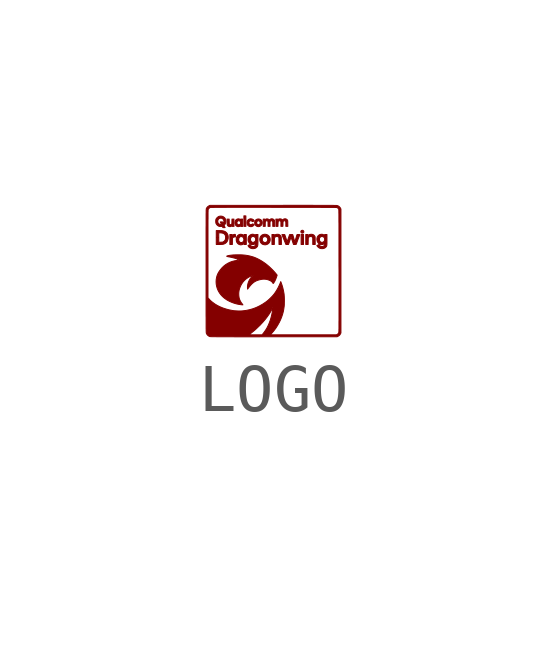
<source format=kicad_sym>
(kicad_symbol_lib
  (version 20220914)
  (generator "bitmap2component")
  (generator_version "9.0")
  (symbol "LOGO"
    (pin_names
      (offset 1.016))
    (property "Reference" "#G"
      (at 0 0.865 0)
      (effects (font (size 1.27 1.27)) hide))
    (symbol "LOGO_0_0"
      (polyline (pts (xy -0.198 -1.326) (xy -0.097 -1.326) (xy 0.009 -1.326) (xy 1.329 -1.326) (xy 1.348 -1.316) (xy 1.369 -1.303) (xy 1.387 -1.285) (xy 1.4 -1.263) (xy 1.408 -1.247) (xy 1.408 0.047) (xy 1.408 1.341) (xy 1.401 1.354) (xy 1.401 1.356) (xy 1.392 1.37) (xy 1.38 1.384) (xy 1.367 1.396) (xy 1.353 1.405) (xy 1.346 1.408) (xy 1.334 1.412) (xy 1.321 1.415) (xy 1.319 1.415) (xy 1.312 1.416) (xy 1.301 1.416) (xy 1.286 1.416) (xy 1.267 1.416) (xy 1.243 1.417) (xy 1.215 1.417) (xy 1.183 1.417) (xy 1.146 1.417) (xy 1.104 1.417) (xy 1.058 1.417) (xy 1.006 1.417) (xy 0.95 1.417) (xy 0.889 1.417) (xy 0.823 1.418) (xy 0.752 1.418) (xy 0.675 1.418) (xy 0.593 1.418) (xy 0.506 1.418) (xy 0.413 1.418) (xy 0.315 1.418) (xy 0.211 1.418) (xy 0.102 1.417) (xy -0.013 1.417) (xy -1.329 1.417) (xy -1.347 1.408) (xy -1.349 1.407) (xy -1.366 1.396) (xy -1.382 1.382) (xy -1.394 1.366) (xy -1.402 1.35) (xy -1.403 1.35) (xy -1.403 1.349) (xy -1.403 1.347) (xy -1.404 1.345) (xy -1.404 1.342) (xy -1.404 1.338) (xy -1.405 1.334) (xy -1.405 1.328) (xy -1.405 1.321) (xy -1.406 1.313) (xy -1.406 1.303) (xy -1.406 1.291) (xy -1.406 1.277) (xy -1.406 1.261) (xy -1.407 1.243) (xy -1.407 1.222) (xy -1.407 1.199) (xy -1.407 1.173) (xy -1.407 1.144) (xy -1.407 1.112) (xy -1.407 1.077) (xy -1.407 1.039) (xy -1.407 0.996) (xy -1.408 0.951) (xy -1.408 0.901) (xy -1.408 0.847) (xy -1.408 0.789) (xy -1.408 0.726) (xy -1.408 0.659) (xy -1.408 0.587) (xy -1.408 0.511) (xy -1.408 0.429) (xy -1.408 0.342) (xy -1.408 0.25) (xy -1.408 0.152) (xy -1.408 0.048) (xy -1.408 -0.028) (xy -1.408 -0.127) (xy -1.408 -0.221) (xy -1.408 -0.309) (xy -1.408 -0.392) (xy -1.408 -0.47) (xy -1.408 -0.513) (xy -1.368 -0.513) (xy -1.368 0.402) (xy -1.368 0.463) (xy -1.368 0.55) (xy -1.368 0.632) (xy -1.368 0.708) (xy -1.368 0.779) (xy -1.368 0.845) (xy -1.368 0.905) (xy -1.368 0.961) (xy -1.368 1.012) (xy -1.368 1.059) (xy -1.368 1.102) (xy -1.367 1.14) (xy -1.367 1.174) (xy -1.367 1.204) (xy -1.367 1.231) (xy -1.367 1.254) (xy -1.367 1.274) (xy -1.366 1.29) (xy -1.366 1.303) (xy -1.366 1.314) (xy -1.365 1.321) (xy -1.365 1.326) (xy -1.365 1.328) (xy -1.362 1.335) (xy -1.354 1.347) (xy -1.343 1.359) (xy -1.331 1.368) (xy -1.319 1.374) (xy -1.317 1.374) (xy -1.314 1.374) (xy -1.308 1.374) (xy -1.3 1.375) (xy -1.288 1.375) (xy -1.275 1.375) (xy -1.258 1.375) (xy -1.238 1.375) (xy -1.215 1.376) (xy -1.189 1.376) (xy -1.159 1.376) (xy -1.125 1.376) (xy -1.088 1.376) (xy -1.047 1.376) (xy -1.002 1.376) (xy -0.953 1.377) (xy -0.9 1.377) (xy -0.842 1.377) (xy -0.78 1.377) (xy -0.713 1.377) (xy -0.641 1.377) (xy -0.565 1.377) (xy -0.483 1.377) (xy -0.396 1.377) (xy -0.304 1.377) (xy -0.206 1.377) (xy -0.103 1.377) (xy 0.006 1.376) (xy 0.087 1.376) (xy 0.188 1.376) (xy 0.282 1.376) (xy 0.371 1.376) (xy 0.455 1.376) (xy 0.534 1.376) (xy 0.608 1.376) (xy 0.676 1.376) (xy 0.741 1.376) (xy 0.801 1.376) (xy 0.857 1.376) (xy 0.908 1.376) (xy 0.956 1.376) (xy 1 1.375) (xy 1.04 1.375) (xy 1.076 1.375) (xy 1.11 1.375) (xy 1.14 1.375) (xy 1.167 1.375) (xy 1.192 1.375) (xy 1.213 1.375) (xy 1.233 1.374) (xy 1.25 1.374) (xy 1.264 1.374) (xy 1.277 1.374) (xy 1.288 1.373) (xy 1.297 1.373) (xy 1.304 1.373) (xy 1.31 1.373) (xy 1.315 1.372) (xy 1.319 1.372) (xy 1.322 1.372) (xy 1.324 1.371) (xy 1.326 1.371) (xy 1.327 1.371) (xy 1.328 1.37) (xy 1.337 1.365) (xy 1.351 1.353) (xy 1.362 1.338) (xy 1.362 1.337) (xy 1.363 1.336) (xy 1.363 1.334) (xy 1.363 1.331) (xy 1.364 1.327) (xy 1.364 1.322) (xy 1.364 1.315) (xy 1.365 1.308) (xy 1.365 1.298) (xy 1.365 1.287) (xy 1.365 1.274) (xy 1.365 1.258) (xy 1.366 1.24) (xy 1.366 1.22) (xy 1.366 1.198) (xy 1.366 1.172) (xy 1.366 1.144) (xy 1.366 1.112) (xy 1.366 1.078) (xy 1.367 1.039) (xy 1.367 0.998) (xy 1.367 0.952) (xy 1.367 0.903) (xy 1.367 0.849) (xy 1.367 0.791) (xy 1.367 0.729) (xy 1.367 0.662) (xy 1.367 0.591) (xy 1.367 0.515) (xy 1.367 0.433) (xy 1.367 0.347) (xy 1.367 0.255) (xy 1.367 0.157) (xy 1.368 0.054) (xy 1.368 -0.046) (xy 1.368 -0.145) (xy 1.368 -0.237) (xy 1.368 -0.325) (xy 1.368 -0.407) (xy 1.368 -0.484) (xy 1.368 -0.556) (xy 1.368 -0.624) (xy 1.368 -0.686) (xy 1.368 -0.745) (xy 1.368 -0.799) (xy 1.368 -0.849) (xy 1.368 -0.895) (xy 1.368 -0.938) (xy 1.368 -0.976) (xy 1.367 -1.012) (xy 1.367 -1.043) (xy 1.367 -1.072) (xy 1.367 -1.098) (xy 1.367 -1.121) (xy 1.367 -1.141) (xy 1.367 -1.159) (xy 1.366 -1.175) (xy 1.366 -1.188) (xy 1.366 -1.199) (xy 1.366 -1.209) (xy 1.365 -1.217) (xy 1.365 -1.223) (xy 1.365 -1.228) (xy 1.365 -1.231) (xy 1.364 -1.234) (xy 1.364 -1.236) (xy 1.356 -1.253) (xy 1.344 -1.267) (xy 1.327 -1.279) (xy 1.312 -1.286) (xy 0.622 -1.286) (xy -0.068 -1.286) (xy -0.044 -1.261) (xy -0.037 -1.254) (xy 0.006 -1.204) (xy 0.048 -1.148) (xy 0.086 -1.088) (xy 0.122 -1.024) (xy 0.146 -0.974) (xy 0.171 -0.913) (xy 0.191 -0.852) (xy 0.207 -0.792) (xy 0.217 -0.734) (xy 0.217 -0.729) (xy 0.219 -0.717) (xy 0.221 -0.706) (xy 0.222 -0.7) (xy 0.223 -0.688) (xy 0.225 -0.669) (xy 0.226 -0.646) (xy 0.226 -0.62) (xy 0.227 -0.593) (xy 0.227 -0.564) (xy 0.227 -0.536) (xy 0.226 -0.509) (xy 0.225 -0.484) (xy 0.223 -0.463) (xy 0.222 -0.445) (xy 0.22 -0.429) (xy 0.209 -0.368) (xy 0.195 -0.307) (xy 0.178 -0.248) (xy 0.158 -0.192) (xy 0.151 -0.175) (xy 0.139 -0.208) (xy 0.121 -0.25) (xy 0.097 -0.3) (xy 0.069 -0.35) (xy 0.04 -0.396) (xy 0.009 -0.439) (xy -0.003 -0.453) (xy -0.021 -0.474) (xy -0.042 -0.496) (xy -0.065 -0.519) (xy -0.088 -0.541) (xy -0.11 -0.561) (xy -0.129 -0.577) (xy -0.166 -0.605) (xy -0.229 -0.647) (xy -0.293 -0.683) (xy -0.36 -0.715) (xy -0.429 -0.741) (xy -0.499 -0.761) (xy -0.57 -0.776) (xy -0.642 -0.785) (xy -0.664 -0.787) (xy -0.693 -0.788) (xy -0.725 -0.788) (xy -0.757 -0.787) (xy -0.789 -0.785) (xy -0.819 -0.783) (xy -0.844 -0.78) (xy -0.861 -0.777) (xy -0.928 -0.764) (xy -0.994 -0.746) (xy -1.058 -0.725) (xy -1.118 -0.7) (xy -1.174 -0.672) (xy -1.227 -0.64) (xy -1.274 -0.605) (xy -1.281 -0.6) (xy -1.295 -0.588) (xy -1.307 -0.578) (xy -1.319 -0.567) (xy -1.331 -0.554) (xy -1.345 -0.538) (xy -1.368 -0.513) (xy -1.408 -0.513) (xy -1.408 -0.543) (xy -1.408 -0.611) (xy -1.408 -0.675) (xy -1.408 -0.734) (xy -1.408 -0.789) (xy -1.408 -0.84) (xy -1.408 -0.887) (xy -1.407 -0.93) (xy -1.407 -0.97) (xy -1.407 -1.006) (xy -1.407 -1.038) (xy -1.407 -1.068) (xy -1.407 -1.095) (xy -1.407 -1.119) (xy -1.407 -1.14) (xy -1.407 -1.159) (xy -1.406 -1.175) (xy -1.406 -1.189) (xy -1.406 -1.202) (xy -1.406 -1.212) (xy -1.405 -1.221) (xy -1.405 -1.228) (xy -1.405 -1.234) (xy -1.405 -1.239) (xy -1.404 -1.243) (xy -1.404 -1.246) (xy -1.403 -1.249) (xy -1.403 -1.25) (xy -1.403 -1.252) (xy -1.402 -1.253) (xy -1.397 -1.264) (xy -1.385 -1.284) (xy -1.382 -1.286) (xy -0.513 -1.286) (xy -0.484 -1.264) (xy -0.446 -1.233) (xy -0.41 -1.204) (xy -0.377 -1.176) (xy -0.345 -1.146) (xy -0.313 -1.115) (xy -0.278 -1.082) (xy -0.269 -1.072) (xy -0.219 -1.018) (xy -0.172 -0.963) (xy -0.129 -0.907) (xy -0.089 -0.85) (xy -0.055 -0.794) (xy -0.026 -0.74) (xy -0.024 -0.736) (xy -0.018 -0.724) (xy -0.013 -0.716) (xy -0.011 -0.712) (xy -0.01 -0.712) (xy -0.011 -0.717) (xy -0.012 -0.727) (xy -0.014 -0.74) (xy -0.016 -0.754) (xy -0.021 -0.784) (xy -0.033 -0.85) (xy -0.048 -0.914) (xy -0.066 -0.976) (xy -0.087 -1.034) (xy -0.11 -1.088) (xy -0.135 -1.138) (xy -0.146 -1.157) (xy -0.162 -1.183) (xy -0.18 -1.209) (xy -0.198 -1.234) (xy -0.215 -1.257) (xy -0.23 -1.275) (xy -0.24 -1.286) (xy -0.377 -1.286) (xy -0.513 -1.286) (xy -1.382 -1.286) (xy -1.368 -1.301) (xy -1.348 -1.314) (xy -1.327 -1.323) (xy -1.326 -1.323) (xy -1.324 -1.323) (xy -1.32 -1.323) (xy -1.315 -1.324) (xy -1.309 -1.324) (xy -1.3 -1.324) (xy -1.29 -1.325) (xy -1.278 -1.325) (xy -1.264 -1.325) (xy -1.248 -1.325) (xy -1.229 -1.325) (xy -1.207 -1.325) (xy -1.183 -1.326) (xy -1.156 -1.326) (xy -1.125 -1.326) (xy -1.092 -1.326) (xy -1.055 -1.326) (xy -1.015 -1.326) (xy -0.971 -1.326) (xy -0.923 -1.326) (xy -0.871 -1.326) (xy -0.815 -1.327) (xy -0.754 -1.327) (xy -0.689 -1.327) (xy -0.62 -1.327) (xy -0.546 -1.327) (xy -0.467 -1.327) (xy -0.382 -1.327) (xy -0.293 -1.327) (xy -0.198 -1.326)) (stroke (width 0.01) (type default)) (fill (type outline)))
      (polyline (pts (xy -0.64 -0.658) (xy -0.644 -0.653) (xy -0.649 -0.645) (xy -0.673 -0.614) (xy -0.694 -0.578) (xy -0.71 -0.542) (xy -0.72 -0.503) (xy -0.725 -0.463) (xy -0.726 -0.421) (xy -0.725 -0.405) (xy -0.723 -0.388) (xy -0.721 -0.372) (xy -0.719 -0.36) (xy -0.709 -0.32) (xy -0.691 -0.274) (xy -0.669 -0.23) (xy -0.642 -0.19) (xy -0.611 -0.154) (xy -0.575 -0.121) (xy -0.536 -0.093) (xy -0.493 -0.069) (xy -0.447 -0.05) (xy -0.436 -0.046) (xy -0.425 -0.043) (xy -0.419 -0.042) (xy -0.419 -0.043) (xy -0.422 -0.046) (xy -0.43 -0.051) (xy -0.431 -0.052) (xy -0.446 -0.065) (xy -0.461 -0.081) (xy -0.477 -0.101) (xy -0.492 -0.122) (xy -0.505 -0.145) (xy -0.516 -0.167) (xy -0.521 -0.18) (xy -0.531 -0.207) (xy -0.538 -0.236) (xy -0.542 -0.264) (xy -0.544 -0.289) (xy -0.543 -0.312) (xy -0.541 -0.332) (xy -0.522 -0.306) (xy -0.518 -0.301) (xy -0.488 -0.263) (xy -0.459 -0.23) (xy -0.429 -0.203) (xy -0.4 -0.181) (xy -0.37 -0.164) (xy -0.34 -0.151) (xy -0.306 -0.14) (xy -0.262 -0.13) (xy -0.221 -0.124) (xy -0.183 -0.124) (xy -0.146 -0.128) (xy -0.111 -0.137) (xy -0.078 -0.151) (xy -0.069 -0.155) (xy -0.052 -0.165) (xy -0.038 -0.175) (xy -0.027 -0.186) (xy -0.018 -0.2) (xy -0.012 -0.207) (xy -0.008 -0.212) (xy -0.005 -0.213) (xy -0.001 -0.21) (xy 0.005 -0.203) (xy 0.012 -0.19) (xy 0.014 -0.188) (xy 0.024 -0.172) (xy 0.032 -0.156) (xy 0.04 -0.139) (xy 0.048 -0.121) (xy 0.056 -0.099) (xy 0.065 -0.073) (xy 0.076 -0.04) (xy 0.068 -0.029) (xy 0.066 -0.027) (xy 0.04 0.005) (xy 0.01 0.039) (xy -0.022 0.073) (xy -0.056 0.106) (xy -0.091 0.139) (xy -0.125 0.168) (xy -0.157 0.194) (xy -0.206 0.229) (xy -0.261 0.264) (xy -0.315 0.294) (xy -0.368 0.319) (xy -0.422 0.34) (xy -0.476 0.355) (xy -0.507 0.363) (xy -0.543 0.37) (xy -0.579 0.376) (xy -0.616 0.38) (xy -0.653 0.383) (xy -0.694 0.385) (xy -0.74 0.385) (xy -0.756 0.385) (xy -0.789 0.384) (xy -0.818 0.383) (xy -0.845 0.382) (xy -0.87 0.379) (xy -0.896 0.376) (xy -0.924 0.372) (xy -0.925 0.372) (xy -0.939 0.369) (xy -0.953 0.366) (xy -0.964 0.362) (xy -0.973 0.359) (xy -0.977 0.356) (xy -0.977 0.354) (xy -0.976 0.354) (xy -0.97 0.351) (xy -0.961 0.348) (xy -0.949 0.345) (xy -0.937 0.343) (xy -0.927 0.341) (xy -0.919 0.34) (xy -0.903 0.337) (xy -0.884 0.333) (xy -0.863 0.328) (xy -0.842 0.323) (xy -0.823 0.318) (xy -0.806 0.314) (xy -0.794 0.31) (xy -0.778 0.304) (xy -0.761 0.297) (xy -0.746 0.289) (xy -0.734 0.283) (xy -0.726 0.277) (xy -0.724 0.273) (xy -0.725 0.272) (xy -0.73 0.271) (xy -0.739 0.27) (xy -0.751 0.268) (xy -0.765 0.267) (xy -0.815 0.259) (xy -0.865 0.246) (xy -0.913 0.228) (xy -0.959 0.205) (xy -1.002 0.178) (xy -1.041 0.147) (xy -1.076 0.113) (xy -1.089 0.098) (xy -1.119 0.06) (xy -1.145 0.022) (xy -1.165 -0.016) (xy -1.18 -0.054) (xy -1.19 -0.094) (xy -1.197 -0.135) (xy -1.199 -0.178) (xy -1.199 -0.179) (xy -1.196 -0.228) (xy -1.187 -0.276) (xy -1.173 -0.322) (xy -1.154 -0.366) (xy -1.129 -0.409) (xy -1.1 -0.448) (xy -1.065 -0.486) (xy -1.026 -0.52) (xy -0.981 -0.552) (xy -0.968 -0.56) (xy -0.924 -0.584) (xy -0.877 -0.605) (xy -0.827 -0.624) (xy -0.776 -0.639) (xy -0.726 -0.65) (xy -0.676 -0.657) (xy -0.675 -0.657) (xy -0.661 -0.659) (xy -0.65 -0.66) (xy -0.642 -0.66) (xy -0.639 -0.66) (xy -0.64 -0.658)) (stroke (width 0.01) (type default)) (fill (type outline)))
      (polyline (pts (xy -0.409 0.515) (xy -0.385 0.52) (xy -0.365 0.53) (xy -0.348 0.545) (xy -0.347 0.546) (xy -0.342 0.552) (xy -0.337 0.558) (xy -0.334 0.564) (xy -0.331 0.571) (xy -0.329 0.58) (xy -0.328 0.591) (xy -0.326 0.604) (xy -0.326 0.621) (xy -0.325 0.642) (xy -0.325 0.668) (xy -0.325 0.699) (xy -0.325 0.809) (xy -0.349 0.809) (xy -0.372 0.809) (xy -0.372 0.797) (xy -0.372 0.784) (xy -0.385 0.796) (xy -0.391 0.801) (xy -0.408 0.81) (xy -0.427 0.814) (xy -0.447 0.814) (xy -0.467 0.809) (xy -0.485 0.8) (xy -0.502 0.787) (xy -0.51 0.779) (xy -0.52 0.765) (xy -0.527 0.749) (xy -0.53 0.73) (xy -0.531 0.715) (xy -0.48 0.715) (xy -0.476 0.733) (xy -0.476 0.734) (xy -0.468 0.748) (xy -0.457 0.759) (xy -0.444 0.765) (xy -0.429 0.768) (xy -0.414 0.766) (xy -0.4 0.76) (xy -0.388 0.751) (xy -0.378 0.737) (xy -0.373 0.721) (xy -0.372 0.703) (xy -0.375 0.685) (xy -0.383 0.67) (xy -0.386 0.667) (xy -0.394 0.658) (xy -0.403 0.651) (xy -0.417 0.646) (xy -0.432 0.645) (xy -0.446 0.648) (xy -0.458 0.656) (xy -0.468 0.667) (xy -0.476 0.681) (xy -0.48 0.697) (xy -0.48 0.715) (xy -0.531 0.715) (xy -0.532 0.707) (xy -0.532 0.704) (xy -0.531 0.692) (xy -0.531 0.682) (xy -0.529 0.674) (xy -0.526 0.666) (xy -0.521 0.655) (xy -0.518 0.651) (xy -0.506 0.632) (xy -0.491 0.617) (xy -0.472 0.606) (xy -0.469 0.605) (xy -0.46 0.601) (xy -0.449 0.6) (xy -0.435 0.599) (xy -0.424 0.6) (xy -0.404 0.603) (xy -0.389 0.611) (xy -0.378 0.622) (xy -0.372 0.631) (xy -0.373 0.61) (xy -0.373 0.604) (xy -0.375 0.594) (xy -0.378 0.586) (xy -0.382 0.579) (xy -0.387 0.573) (xy -0.398 0.565) (xy -0.411 0.56) (xy -0.428 0.558) (xy -0.439 0.559) (xy -0.455 0.563) (xy -0.469 0.572) (xy -0.484 0.586) (xy -0.496 0.597) (xy -0.513 0.589) (xy -0.522 0.585) (xy -0.529 0.581) (xy -0.532 0.579) (xy -0.532 0.577) (xy -0.529 0.571) (xy -0.524 0.563) (xy -0.518 0.554) (xy -0.512 0.546) (xy -0.506 0.54) (xy -0.499 0.535) (xy -0.48 0.524) (xy -0.459 0.517) (xy -0.449 0.515) (xy -0.435 0.514) (xy -0.42 0.514) (xy -0.409 0.515)) (stroke (width 0.01) (type default)) (fill (type outline)))
      (polyline (pts (xy 1.035 0.515) (xy 1.058 0.521) (xy 1.079 0.532) (xy 1.096 0.547) (xy 1.1 0.552) (xy 1.105 0.558) (xy 1.108 0.564) (xy 1.111 0.571) (xy 1.113 0.58) (xy 1.114 0.591) (xy 1.115 0.604) (xy 1.116 0.621) (xy 1.116 0.642) (xy 1.116 0.668) (xy 1.116 0.699) (xy 1.116 0.809) (xy 1.093 0.809) (xy 1.069 0.809) (xy 1.069 0.796) (xy 1.069 0.783) (xy 1.058 0.794) (xy 1.049 0.801) (xy 1.032 0.81) (xy 1.013 0.814) (xy 0.993 0.813) (xy 0.972 0.809) (xy 0.953 0.8) (xy 0.936 0.787) (xy 0.927 0.776) (xy 0.915 0.756) (xy 0.908 0.734) (xy 0.906 0.711) (xy 0.906 0.708) (xy 0.96 0.708) (xy 0.96 0.71) (xy 0.96 0.722) (xy 0.961 0.73) (xy 0.964 0.737) (xy 0.968 0.744) (xy 0.977 0.754) (xy 0.99 0.763) (xy 1.005 0.767) (xy 1.021 0.766) (xy 1.036 0.762) (xy 1.049 0.754) (xy 1.06 0.743) (xy 1.066 0.727) (xy 1.069 0.709) (xy 1.067 0.691) (xy 1.061 0.674) (xy 1.05 0.66) (xy 1.036 0.651) (xy 1.025 0.646) (xy 1.008 0.645) (xy 0.992 0.649) (xy 0.978 0.657) (xy 0.968 0.671) (xy 0.964 0.678) (xy 0.961 0.686) (xy 0.96 0.695) (xy 0.96 0.708) (xy 0.906 0.708) (xy 0.908 0.687) (xy 0.914 0.664) (xy 0.926 0.643) (xy 0.941 0.624) (xy 0.953 0.613) (xy 0.968 0.605) (xy 0.984 0.601) (xy 1.005 0.599) (xy 1.009 0.599) (xy 1.02 0.6) (xy 1.029 0.601) (xy 1.036 0.603) (xy 1.044 0.607) (xy 1.048 0.61) (xy 1.057 0.617) (xy 1.064 0.623) (xy 1.07 0.631) (xy 1.069 0.61) (xy 1.068 0.601) (xy 1.066 0.592) (xy 1.063 0.585) (xy 1.058 0.578) (xy 1.05 0.569) (xy 1.035 0.561) (xy 1.018 0.558) (xy 1.001 0.559) (xy 0.984 0.564) (xy 0.978 0.568) (xy 0.969 0.575) (xy 0.96 0.583) (xy 0.945 0.597) (xy 0.925 0.588) (xy 0.905 0.579) (xy 0.912 0.568) (xy 0.915 0.563) (xy 0.93 0.546) (xy 0.948 0.532) (xy 0.968 0.521) (xy 0.989 0.516) (xy 1.008 0.514) (xy 1.035 0.515)) (stroke (width 0.01) (type default)) (fill (type outline)))
      (polyline (pts (xy -0.678 0.594) (xy -0.674 0.594) (xy -0.66 0.597) (xy -0.65 0.599) (xy -0.641 0.603) (xy -0.634 0.609) (xy -0.625 0.616) (xy -0.615 0.625) (xy -0.615 0.613) (xy -0.615 0.601) (xy -0.592 0.601) (xy -0.568 0.601) (xy -0.568 0.705) (xy -0.568 0.809) (xy -0.592 0.809) (xy -0.615 0.809) (xy -0.615 0.794) (xy -0.615 0.779) (xy -0.625 0.789) (xy -0.631 0.795) (xy -0.648 0.806) (xy -0.668 0.812) (xy -0.689 0.814) (xy -0.709 0.81) (xy -0.725 0.804) (xy -0.743 0.792) (xy -0.758 0.775) (xy -0.77 0.754) (xy -0.773 0.747) (xy -0.775 0.74) (xy -0.777 0.731) (xy -0.778 0.721) (xy -0.778 0.706) (xy -0.778 0.704) (xy -0.778 0.701) (xy -0.727 0.701) (xy -0.725 0.719) (xy -0.72 0.735) (xy -0.712 0.749) (xy -0.701 0.759) (xy -0.695 0.762) (xy -0.68 0.766) (xy -0.664 0.765) (xy -0.649 0.76) (xy -0.645 0.758) (xy -0.633 0.747) (xy -0.625 0.732) (xy -0.62 0.715) (xy -0.618 0.698) (xy -0.621 0.681) (xy -0.624 0.675) (xy -0.63 0.665) (xy -0.639 0.655) (xy -0.648 0.647) (xy -0.657 0.643) (xy -0.668 0.641) (xy -0.684 0.642) (xy -0.699 0.647) (xy -0.711 0.657) (xy -0.719 0.668) (xy -0.725 0.684) (xy -0.727 0.701) (xy -0.778 0.701) (xy -0.778 0.689) (xy -0.776 0.677) (xy -0.774 0.667) (xy -0.771 0.657) (xy -0.767 0.648) (xy -0.754 0.628) (xy -0.738 0.613) (xy -0.719 0.601) (xy -0.698 0.595) (xy -0.694 0.594) (xy -0.685 0.594) (xy -0.678 0.594)) (stroke (width 0.01) (type default)) (fill (type outline)))
      (polyline (pts (xy -0.164 0.595) (xy -0.153 0.597) (xy -0.142 0.6) (xy -0.132 0.604) (xy -0.124 0.607) (xy -0.107 0.619) (xy -0.091 0.635) (xy -0.08 0.654) (xy -0.072 0.675) (xy -0.069 0.698) (xy -0.07 0.72) (xy -0.075 0.743) (xy -0.085 0.763) (xy -0.1 0.782) (xy -0.117 0.796) (xy -0.139 0.807) (xy -0.162 0.813) (xy -0.187 0.814) (xy -0.211 0.81) (xy -0.234 0.801) (xy -0.246 0.793) (xy -0.26 0.78) (xy -0.271 0.766) (xy -0.278 0.751) (xy -0.284 0.731) (xy -0.287 0.707) (xy -0.286 0.702) (xy -0.234 0.702) (xy -0.233 0.72) (xy -0.229 0.735) (xy -0.22 0.748) (xy -0.211 0.756) (xy -0.197 0.763) (xy -0.179 0.765) (xy -0.172 0.764) (xy -0.155 0.76) (xy -0.141 0.752) (xy -0.131 0.739) (xy -0.123 0.725) (xy -0.12 0.708) (xy -0.122 0.69) (xy -0.128 0.672) (xy -0.135 0.662) (xy -0.144 0.653) (xy -0.156 0.646) (xy -0.161 0.644) (xy -0.178 0.642) (xy -0.195 0.645) (xy -0.21 0.653) (xy -0.224 0.666) (xy -0.227 0.67) (xy -0.231 0.677) (xy -0.233 0.685) (xy -0.234 0.697) (xy -0.234 0.702) (xy -0.286 0.702) (xy -0.284 0.683) (xy -0.278 0.661) (xy -0.268 0.641) (xy -0.254 0.624) (xy -0.237 0.61) (xy -0.216 0.6) (xy -0.194 0.596) (xy -0.187 0.595) (xy -0.18 0.594) (xy -0.176 0.593) (xy -0.176 0.593) (xy -0.172 0.593) (xy -0.164 0.595)) (stroke (width 0.01) (type default)) (fill (type outline)))
      (polyline (pts (xy -1.135 0.601) (xy -1.127 0.601) (xy -1.102 0.601) (xy -1.081 0.602) (xy -1.065 0.603) (xy -1.053 0.605) (xy -1.027 0.613) (xy -1.003 0.626) (xy -0.983 0.643) (xy -0.967 0.664) (xy -0.956 0.69) (xy -0.948 0.72) (xy -0.947 0.725) (xy -0.945 0.755) (xy -0.948 0.784) (xy -0.956 0.809) (xy -0.969 0.833) (xy -0.986 0.852) (xy -0.993 0.858) (xy -1.006 0.868) (xy -1.021 0.875) (xy -1.038 0.881) (xy -1.058 0.886) (xy -1.082 0.889) (xy -1.109 0.89) (xy -1.142 0.891) (xy -1.195 0.891) (xy -1.195 0.746) (xy -1.195 0.745) (xy -1.143 0.745) (xy -1.143 0.844) (xy -1.114 0.844) (xy -1.097 0.843) (xy -1.069 0.839) (xy -1.047 0.832) (xy -1.028 0.821) (xy -1.015 0.806) (xy -1.005 0.787) (xy -1 0.765) (xy -1 0.739) (xy -1.001 0.722) (xy -1.007 0.701) (xy -1.017 0.683) (xy -1.031 0.668) (xy -1.05 0.656) (xy -1.052 0.655) (xy -1.058 0.652) (xy -1.064 0.65) (xy -1.073 0.649) (xy -1.085 0.649) (xy -1.102 0.648) (xy -1.143 0.647) (xy -1.143 0.745) (xy -1.195 0.745) (xy -1.195 0.601) (xy -1.135 0.601)) (stroke (width 0.01) (type default)) (fill (type outline)))
      (polyline (pts (xy -0.858 0.661) (xy -0.858 0.679) (xy -0.858 0.696) (xy -0.858 0.708) (xy -0.857 0.718) (xy -0.856 0.725) (xy -0.855 0.73) (xy -0.853 0.735) (xy -0.848 0.743) (xy -0.837 0.752) (xy -0.822 0.757) (xy -0.807 0.758) (xy -0.794 0.757) (xy -0.795 0.783) (xy -0.795 0.785) (xy -0.795 0.797) (xy -0.796 0.804) (xy -0.797 0.809) (xy -0.799 0.81) (xy -0.803 0.811) (xy -0.812 0.811) (xy -0.827 0.809) (xy -0.841 0.803) (xy -0.853 0.795) (xy -0.864 0.785) (xy -0.864 0.797) (xy -0.864 0.809) (xy -0.888 0.809) (xy -0.911 0.809) (xy -0.911 0.705) (xy -0.911 0.601) (xy -0.885 0.601) (xy -0.859 0.601) (xy -0.858 0.661)) (stroke (width 0.01) (type default)) (fill (type outline)))
      (polyline (pts (xy 0.018 0.667) (xy 0.018 0.677) (xy 0.019 0.699) (xy 0.019 0.716) (xy 0.021 0.728) (xy 0.022 0.738) (xy 0.025 0.745) (xy 0.028 0.75) (xy 0.033 0.755) (xy 0.039 0.759) (xy 0.043 0.762) (xy 0.05 0.765) (xy 0.059 0.766) (xy 0.071 0.766) (xy 0.078 0.766) (xy 0.087 0.766) (xy 0.093 0.764) (xy 0.098 0.761) (xy 0.103 0.757) (xy 0.113 0.747) (xy 0.114 0.674) (xy 0.115 0.601) (xy 0.14 0.601) (xy 0.165 0.601) (xy 0.164 0.678) (xy 0.163 0.687) (xy 0.163 0.708) (xy 0.163 0.725) (xy 0.162 0.738) (xy 0.162 0.747) (xy 0.161 0.754) (xy 0.16 0.76) (xy 0.158 0.765) (xy 0.156 0.769) (xy 0.156 0.77) (xy 0.147 0.785) (xy 0.136 0.796) (xy 0.12 0.806) (xy 0.114 0.809) (xy 0.106 0.811) (xy 0.096 0.813) (xy 0.082 0.813) (xy 0.071 0.813) (xy 0.052 0.81) (xy 0.036 0.803) (xy 0.023 0.793) (xy 0.015 0.785) (xy 0.015 0.797) (xy 0.015 0.809) (xy -0.009 0.809) (xy -0.032 0.809) (xy -0.032 0.705) (xy -0.032 0.601) (xy -0.008 0.601) (xy 0.017 0.601) (xy 0.018 0.667)) (stroke (width 0.01) (type default)) (fill (type outline)))
      (polyline (pts (xy 0.445 0.601) (xy 0.473 0.602) (xy 0.496 0.664) (xy 0.496 0.666) (xy 0.504 0.687) (xy 0.512 0.709) (xy 0.52 0.73) (xy 0.528 0.749) (xy 0.533 0.763) (xy 0.535 0.768) (xy 0.54 0.781) (xy 0.544 0.793) (xy 0.547 0.801) (xy 0.548 0.805) (xy 0.547 0.806) (xy 0.543 0.808) (xy 0.534 0.808) (xy 0.52 0.809) (xy 0.507 0.809) (xy 0.499 0.808) (xy 0.494 0.807) (xy 0.491 0.805) (xy 0.489 0.802) (xy 0.488 0.8) (xy 0.486 0.792) (xy 0.482 0.78) (xy 0.478 0.765) (xy 0.473 0.747) (xy 0.467 0.728) (xy 0.463 0.715) (xy 0.458 0.698) (xy 0.453 0.682) (xy 0.449 0.67) (xy 0.447 0.662) (xy 0.445 0.658) (xy 0.445 0.658) (xy 0.444 0.661) (xy 0.441 0.668) (xy 0.438 0.679) (xy 0.434 0.692) (xy 0.429 0.71) (xy 0.423 0.733) (xy 0.416 0.758) (xy 0.409 0.782) (xy 0.403 0.804) (xy 0.402 0.804) (xy 0.401 0.806) (xy 0.398 0.807) (xy 0.392 0.808) (xy 0.383 0.808) (xy 0.368 0.808) (xy 0.336 0.807) (xy 0.311 0.733) (xy 0.308 0.726) (xy 0.301 0.705) (xy 0.296 0.689) (xy 0.291 0.678) (xy 0.288 0.67) (xy 0.286 0.666) (xy 0.284 0.664) (xy 0.283 0.666) (xy 0.282 0.668) (xy 0.28 0.676) (xy 0.276 0.688) (xy 0.27 0.703) (xy 0.264 0.721) (xy 0.258 0.74) (xy 0.235 0.807) (xy 0.205 0.808) (xy 0.197 0.808) (xy 0.186 0.808) (xy 0.178 0.807) (xy 0.176 0.806) (xy 0.178 0.802) (xy 0.181 0.794) (xy 0.186 0.781) (xy 0.193 0.765) (xy 0.2 0.746) (xy 0.209 0.725) (xy 0.218 0.702) (xy 0.259 0.601) (xy 0.286 0.601) (xy 0.313 0.601) (xy 0.331 0.653) (xy 0.336 0.667) (xy 0.342 0.686) (xy 0.348 0.704) (xy 0.353 0.719) (xy 0.357 0.73) (xy 0.359 0.737) (xy 0.362 0.746) (xy 0.365 0.752) (xy 0.366 0.754) (xy 0.368 0.75) (xy 0.371 0.742) (xy 0.375 0.73) (xy 0.38 0.714) (xy 0.386 0.696) (xy 0.393 0.676) (xy 0.417 0.601) (xy 0.445 0.601)) (stroke (width 0.01) (type default)) (fill (type outline)))
      (polyline (pts (xy 0.627 0.705) (xy 0.627 0.809) (xy 0.602 0.809) (xy 0.577 0.809) (xy 0.577 0.705) (xy 0.577 0.601) (xy 0.602 0.601) (xy 0.627 0.601) (xy 0.627 0.705)) (stroke (width 0.01) (type default)) (fill (type outline)))
      (polyline (pts (xy 0.724 0.667) (xy 0.725 0.685) (xy 0.725 0.703) (xy 0.726 0.717) (xy 0.726 0.727) (xy 0.727 0.734) (xy 0.729 0.739) (xy 0.73 0.743) (xy 0.731 0.745) (xy 0.741 0.757) (xy 0.755 0.764) (xy 0.772 0.767) (xy 0.779 0.767) (xy 0.794 0.765) (xy 0.806 0.759) (xy 0.815 0.749) (xy 0.816 0.747) (xy 0.817 0.743) (xy 0.819 0.739) (xy 0.819 0.732) (xy 0.82 0.722) (xy 0.82 0.71) (xy 0.82 0.692) (xy 0.82 0.67) (xy 0.82 0.601) (xy 0.846 0.601) (xy 0.871 0.601) (xy 0.87 0.68) (xy 0.869 0.76) (xy 0.86 0.776) (xy 0.859 0.778) (xy 0.846 0.794) (xy 0.83 0.805) (xy 0.809 0.812) (xy 0.798 0.813) (xy 0.778 0.813) (xy 0.759 0.81) (xy 0.742 0.803) (xy 0.73 0.793) (xy 0.723 0.787) (xy 0.719 0.785) (xy 0.718 0.787) (xy 0.718 0.787) (xy 0.718 0.792) (xy 0.718 0.799) (xy 0.718 0.809) (xy 0.696 0.809) (xy 0.674 0.809) (xy 0.674 0.705) (xy 0.674 0.601) (xy 0.699 0.601) (xy 0.723 0.601) (xy 0.724 0.667)) (stroke (width 0.01) (type default)) (fill (type outline)))
      (polyline (pts (xy 0.61 0.838) (xy 0.618 0.841) (xy 0.625 0.846) (xy 0.63 0.853) (xy 0.633 0.864) (xy 0.631 0.876) (xy 0.624 0.887) (xy 0.618 0.893) (xy 0.612 0.896) (xy 0.602 0.897) (xy 0.592 0.895) (xy 0.581 0.89) (xy 0.574 0.88) (xy 0.571 0.867) (xy 0.572 0.863) (xy 0.574 0.855) (xy 0.58 0.847) (xy 0.586 0.842) (xy 0.593 0.839) (xy 0.603 0.838) (xy 0.61 0.838)) (stroke (width 0.01) (type default)) (fill (type outline)))
      (polyline (pts (xy -1.031 0.952) (xy -1.021 0.953) (xy -1.014 0.953) (xy -1.011 0.953) (xy -1.011 0.954) (xy -1.013 0.959) (xy -1.017 0.967) (xy -1.022 0.977) (xy -1.032 0.999) (xy -1.025 1.007) (xy -1.013 1.022) (xy -1.002 1.044) (xy -0.995 1.067) (xy -0.994 1.09) (xy -0.997 1.112) (xy -1.004 1.133) (xy -1.016 1.153) (xy -1.033 1.169) (xy -1.054 1.183) (xy -1.054 1.183) (xy -1.074 1.19) (xy -1.097 1.193) (xy -1.119 1.192) (xy -1.14 1.187) (xy -1.152 1.181) (xy -1.17 1.168) (xy -1.186 1.152) (xy -1.198 1.135) (xy -1.198 1.132) (xy -1.202 1.125) (xy -1.204 1.118) (xy -1.205 1.11) (xy -1.206 1.099) (xy -1.206 1.088) (xy -1.164 1.088) (xy -1.161 1.105) (xy -1.154 1.122) (xy -1.142 1.135) (xy -1.135 1.14) (xy -1.119 1.148) (xy -1.102 1.151) (xy -1.085 1.149) (xy -1.069 1.142) (xy -1.055 1.131) (xy -1.044 1.116) (xy -1.037 1.097) (xy -1.036 1.096) (xy -1.035 1.087) (xy -1.035 1.079) (xy -1.038 1.069) (xy -1.04 1.062) (xy -1.044 1.054) (xy -1.047 1.048) (xy -1.049 1.046) (xy -1.051 1.046) (xy -1.054 1.049) (xy -1.058 1.058) (xy -1.065 1.072) (xy -1.087 1.072) (xy -1.09 1.072) (xy -1.101 1.072) (xy -1.108 1.072) (xy -1.111 1.071) (xy -1.11 1.07) (xy -1.108 1.065) (xy -1.104 1.056) (xy -1.099 1.045) (xy -1.096 1.039) (xy -1.092 1.029) (xy -1.09 1.022) (xy -1.089 1.018) (xy -1.094 1.016) (xy -1.103 1.017) (xy -1.114 1.019) (xy -1.125 1.023) (xy -1.136 1.029) (xy -1.145 1.035) (xy -1.148 1.038) (xy -1.158 1.053) (xy -1.163 1.07) (xy -1.164 1.088) (xy -1.206 1.088) (xy -1.206 1.084) (xy -1.206 1.074) (xy -1.205 1.062) (xy -1.204 1.054) (xy -1.203 1.047) (xy -1.2 1.04) (xy -1.196 1.032) (xy -1.185 1.015) (xy -1.167 0.997) (xy -1.146 0.984) (xy -1.142 0.982) (xy -1.135 0.98) (xy -1.127 0.978) (xy -1.116 0.977) (xy -1.1 0.977) (xy -1.069 0.977) (xy -1.062 0.965) (xy -1.057 0.952) (xy -1.034 0.952) (xy -1.031 0.952)) (stroke (width 0.01) (type default)) (fill (type outline)))
      (polyline (pts (xy -0.901 0.974) (xy -0.889 0.977) (xy -0.878 0.983) (xy -0.87 0.989) (xy -0.867 0.992) (xy -0.866 0.991) (xy -0.864 0.986) (xy -0.863 0.98) (xy -0.861 0.978) (xy -0.858 0.978) (xy -0.851 0.979) (xy -0.841 0.979) (xy -0.824 0.979) (xy -0.825 0.988) (xy -0.825 0.99) (xy -0.825 0.998) (xy -0.826 1.01) (xy -0.826 1.026) (xy -0.826 1.045) (xy -0.826 1.064) (xy -0.826 1.131) (xy -0.847 1.131) (xy -0.867 1.131) (xy -0.868 1.081) (xy -0.868 1.081) (xy -0.868 1.062) (xy -0.869 1.049) (xy -0.869 1.04) (xy -0.87 1.034) (xy -0.872 1.03) (xy -0.874 1.027) (xy -0.876 1.024) (xy -0.882 1.019) (xy -0.894 1.015) (xy -0.905 1.015) (xy -0.916 1.02) (xy -0.924 1.028) (xy -0.925 1.079) (xy -0.926 1.131) (xy -0.948 1.131) (xy -0.97 1.131) (xy -0.969 1.075) (xy -0.969 1.06) (xy -0.969 1.044) (xy -0.968 1.032) (xy -0.967 1.022) (xy -0.966 1.016) (xy -0.964 1.01) (xy -0.962 1.004) (xy -0.961 1.002) (xy -0.954 0.991) (xy -0.944 0.983) (xy -0.929 0.977) (xy -0.929 0.977) (xy -0.918 0.974) (xy -0.908 0.973) (xy -0.901 0.974)) (stroke (width 0.01) (type default)) (fill (type outline)))
      (polyline (pts (xy -0.713 0.977) (xy -0.698 0.984) (xy -0.686 0.993) (xy -0.686 0.985) (xy -0.686 0.983) (xy -0.685 0.98) (xy -0.682 0.978) (xy -0.676 0.977) (xy -0.665 0.977) (xy -0.645 0.977) (xy -0.645 1.054) (xy -0.645 1.131) (xy -0.666 1.131) (xy -0.675 1.131) (xy -0.682 1.131) (xy -0.686 1.13) (xy -0.687 1.127) (xy -0.687 1.124) (xy -0.685 1.116) (xy -0.699 1.126) (xy -0.704 1.129) (xy -0.721 1.135) (xy -0.74 1.136) (xy -0.759 1.131) (xy -0.771 1.125) (xy -0.786 1.113) (xy -0.797 1.097) (xy -0.803 1.077) (xy -0.805 1.057) (xy -0.764 1.057) (xy -0.761 1.07) (xy -0.755 1.082) (xy -0.746 1.091) (xy -0.735 1.096) (xy -0.723 1.097) (xy -0.71 1.094) (xy -0.703 1.089) (xy -0.694 1.079) (xy -0.688 1.066) (xy -0.686 1.054) (xy -0.686 1.053) (xy -0.688 1.04) (xy -0.695 1.028) (xy -0.703 1.019) (xy -0.706 1.017) (xy -0.719 1.012) (xy -0.733 1.013) (xy -0.745 1.018) (xy -0.755 1.027) (xy -0.762 1.039) (xy -0.763 1.042) (xy -0.764 1.057) (xy -0.805 1.057) (xy -0.806 1.054) (xy -0.804 1.037) (xy -0.798 1.017) (xy -0.788 1) (xy -0.774 0.986) (xy -0.757 0.977) (xy -0.747 0.974) (xy -0.73 0.974) (xy -0.713 0.977)) (stroke (width 0.01) (type default)) (fill (type outline)))
      (polyline (pts (xy -0.459 0.974) (xy -0.438 0.981) (xy -0.438 0.981) (xy -0.428 0.987) (xy -0.418 0.994) (xy -0.41 1.002) (xy -0.404 1.009) (xy -0.401 1.014) (xy -0.404 1.016) (xy -0.41 1.019) (xy -0.419 1.024) (xy -0.424 1.026) (xy -0.432 1.029) (xy -0.437 1.03) (xy -0.44 1.029) (xy -0.444 1.026) (xy -0.447 1.023) (xy -0.461 1.016) (xy -0.477 1.014) (xy -0.48 1.014) (xy -0.492 1.017) (xy -0.502 1.025) (xy -0.508 1.036) (xy -0.512 1.049) (xy -0.512 1.064) (xy -0.507 1.078) (xy -0.501 1.087) (xy -0.49 1.094) (xy -0.476 1.096) (xy -0.47 1.095) (xy -0.458 1.092) (xy -0.446 1.083) (xy -0.44 1.077) (xy -0.422 1.084) (xy -0.413 1.087) (xy -0.406 1.091) (xy -0.403 1.093) (xy -0.403 1.095) (xy -0.405 1.101) (xy -0.411 1.108) (xy -0.418 1.116) (xy -0.427 1.122) (xy -0.442 1.13) (xy -0.46 1.135) (xy -0.477 1.137) (xy -0.488 1.136) (xy -0.507 1.13) (xy -0.524 1.12) (xy -0.538 1.106) (xy -0.548 1.089) (xy -0.55 1.083) (xy -0.553 1.066) (xy -0.553 1.048) (xy -0.551 1.03) (xy -0.546 1.015) (xy -0.542 1.009) (xy -0.531 0.996) (xy -0.517 0.985) (xy -0.503 0.978) (xy -0.501 0.977) (xy -0.48 0.973) (xy -0.459 0.974)) (stroke (width 0.01) (type default)) (fill (type outline)))
      (polyline (pts (xy -0.295 0.976) (xy -0.277 0.984) (xy -0.259 0.998) (xy -0.259 0.998) (xy -0.249 1.009) (xy -0.243 1.018) (xy -0.239 1.03) (xy -0.238 1.03) (xy -0.235 1.052) (xy -0.236 1.073) (xy -0.243 1.092) (xy -0.254 1.108) (xy -0.268 1.12) (xy -0.287 1.129) (xy -0.308 1.133) (xy -0.319 1.133) (xy -0.34 1.13) (xy -0.358 1.122) (xy -0.373 1.11) (xy -0.385 1.092) (xy -0.391 1.076) (xy -0.393 1.056) (xy -0.393 1.055) (xy -0.352 1.055) (xy -0.351 1.06) (xy -0.347 1.075) (xy -0.34 1.086) (xy -0.328 1.093) (xy -0.314 1.096) (xy -0.311 1.096) (xy -0.304 1.095) (xy -0.297 1.091) (xy -0.29 1.084) (xy -0.29 1.084) (xy -0.283 1.078) (xy -0.28 1.072) (xy -0.279 1.065) (xy -0.278 1.055) (xy -0.278 1.054) (xy -0.279 1.044) (xy -0.28 1.038) (xy -0.283 1.032) (xy -0.29 1.025) (xy -0.293 1.022) (xy -0.3 1.016) (xy -0.306 1.014) (xy -0.316 1.014) (xy -0.325 1.014) (xy -0.332 1.017) (xy -0.338 1.022) (xy -0.346 1.032) (xy -0.35 1.042) (xy -0.352 1.055) (xy -0.393 1.055) (xy -0.391 1.036) (xy -0.385 1.017) (xy -0.383 1.013) (xy -0.371 0.997) (xy -0.356 0.985) (xy -0.34 0.977) (xy -0.337 0.976) (xy -0.316 0.973) (xy -0.295 0.976)) (stroke (width 0.01) (type default)) (fill (type outline)))
      (polyline (pts (xy -0.576 1.088) (xy -0.577 1.197) (xy -0.598 1.198) (xy -0.618 1.199) (xy -0.618 1.089) (xy -0.618 0.979) (xy -0.597 0.979) (xy -0.576 0.979) (xy -0.576 1.088)) (stroke (width 0.01) (type default)) (fill (type outline)))
      (polyline (pts (xy -0.173 1.02) (xy -0.173 1.026) (xy -0.172 1.047) (xy -0.171 1.064) (xy -0.169 1.076) (xy -0.165 1.085) (xy -0.16 1.09) (xy -0.153 1.093) (xy -0.144 1.095) (xy -0.141 1.095) (xy -0.133 1.095) (xy -0.127 1.093) (xy -0.122 1.089) (xy -0.121 1.088) (xy -0.119 1.085) (xy -0.117 1.082) (xy -0.116 1.078) (xy -0.115 1.072) (xy -0.114 1.062) (xy -0.114 1.048) (xy -0.114 1.03) (xy -0.114 0.979) (xy -0.093 0.979) (xy -0.072 0.979) (xy -0.073 1.024) (xy -0.073 1.03) (xy -0.073 1.05) (xy -0.072 1.065) (xy -0.07 1.076) (xy -0.067 1.084) (xy -0.063 1.089) (xy -0.057 1.093) (xy -0.053 1.094) (xy -0.042 1.096) (xy -0.032 1.095) (xy -0.025 1.091) (xy -0.024 1.09) (xy -0.021 1.085) (xy -0.018 1.08) (xy -0.016 1.072) (xy -0.015 1.06) (xy -0.015 1.045) (xy -0.015 1.025) (xy -0.015 0.979) (xy 0.006 0.979) (xy 0.027 0.979) (xy 0.026 1.036) (xy 0.025 1.055) (xy 0.025 1.071) (xy 0.024 1.082) (xy 0.024 1.091) (xy 0.022 1.097) (xy 0.021 1.102) (xy 0.018 1.107) (xy 0.008 1.12) (xy -0.005 1.129) (xy -0.02 1.135) (xy -0.036 1.137) (xy -0.052 1.135) (xy -0.067 1.128) (xy -0.079 1.117) (xy -0.085 1.109) (xy -0.09 1.116) (xy -0.094 1.121) (xy -0.106 1.128) (xy -0.119 1.133) (xy -0.134 1.135) (xy -0.143 1.135) (xy -0.153 1.132) (xy -0.164 1.126) (xy -0.179 1.117) (xy -0.179 1.124) (xy -0.179 1.124) (xy -0.179 1.128) (xy -0.181 1.13) (xy -0.187 1.131) (xy -0.196 1.131) (xy -0.214 1.131) (xy -0.214 1.055) (xy -0.214 0.979) (xy -0.193 0.979) (xy -0.173 0.979) (xy -0.173 1.02)) (stroke (width 0.01) (type default)) (fill (type outline)))
      (polyline (pts (xy 0.094 1.026) (xy 0.095 1.038) (xy 0.096 1.056) (xy 0.097 1.069) (xy 0.099 1.079) (xy 0.101 1.085) (xy 0.105 1.089) (xy 0.11 1.093) (xy 0.123 1.096) (xy 0.136 1.094) (xy 0.147 1.087) (xy 0.155 1.079) (xy 0.155 1.029) (xy 0.155 0.979) (xy 0.176 0.979) (xy 0.186 0.979) (xy 0.194 0.98) (xy 0.197 0.982) (xy 0.197 0.983) (xy 0.197 0.989) (xy 0.197 0.999) (xy 0.198 1.012) (xy 0.198 1.027) (xy 0.198 1.031) (xy 0.198 1.046) (xy 0.199 1.059) (xy 0.199 1.069) (xy 0.199 1.073) (xy 0.199 1.075) (xy 0.202 1.081) (xy 0.208 1.087) (xy 0.212 1.091) (xy 0.219 1.095) (xy 0.229 1.096) (xy 0.233 1.096) (xy 0.241 1.094) (xy 0.247 1.091) (xy 0.252 1.085) (xy 0.255 1.076) (xy 0.257 1.063) (xy 0.258 1.046) (xy 0.258 1.023) (xy 0.258 0.979) (xy 0.279 0.979) (xy 0.299 0.979) (xy 0.298 1.039) (xy 0.298 1.056) (xy 0.298 1.073) (xy 0.297 1.085) (xy 0.297 1.093) (xy 0.296 1.099) (xy 0.294 1.104) (xy 0.292 1.108) (xy 0.289 1.112) (xy 0.285 1.118) (xy 0.273 1.128) (xy 0.258 1.135) (xy 0.241 1.137) (xy 0.224 1.135) (xy 0.208 1.129) (xy 0.195 1.118) (xy 0.192 1.115) (xy 0.187 1.111) (xy 0.185 1.11) (xy 0.183 1.113) (xy 0.182 1.115) (xy 0.177 1.121) (xy 0.169 1.127) (xy 0.163 1.131) (xy 0.156 1.134) (xy 0.148 1.135) (xy 0.136 1.135) (xy 0.135 1.135) (xy 0.124 1.135) (xy 0.116 1.134) (xy 0.109 1.131) (xy 0.101 1.126) (xy 0.088 1.116) (xy 0.088 1.124) (xy 0.088 1.125) (xy 0.087 1.128) (xy 0.085 1.13) (xy 0.079 1.131) (xy 0.069 1.131) (xy 0.049 1.131) (xy 0.051 1.111) (xy 0.051 1.103) (xy 0.052 1.09) (xy 0.052 1.073) (xy 0.052 1.054) (xy 0.053 1.035) (xy 0.053 0.979) (xy 0.073 0.979) (xy 0.093 0.979) (xy 0.094 1.026)) (stroke (width 0.01) (type default)) (fill (type outline))))))
</source>
